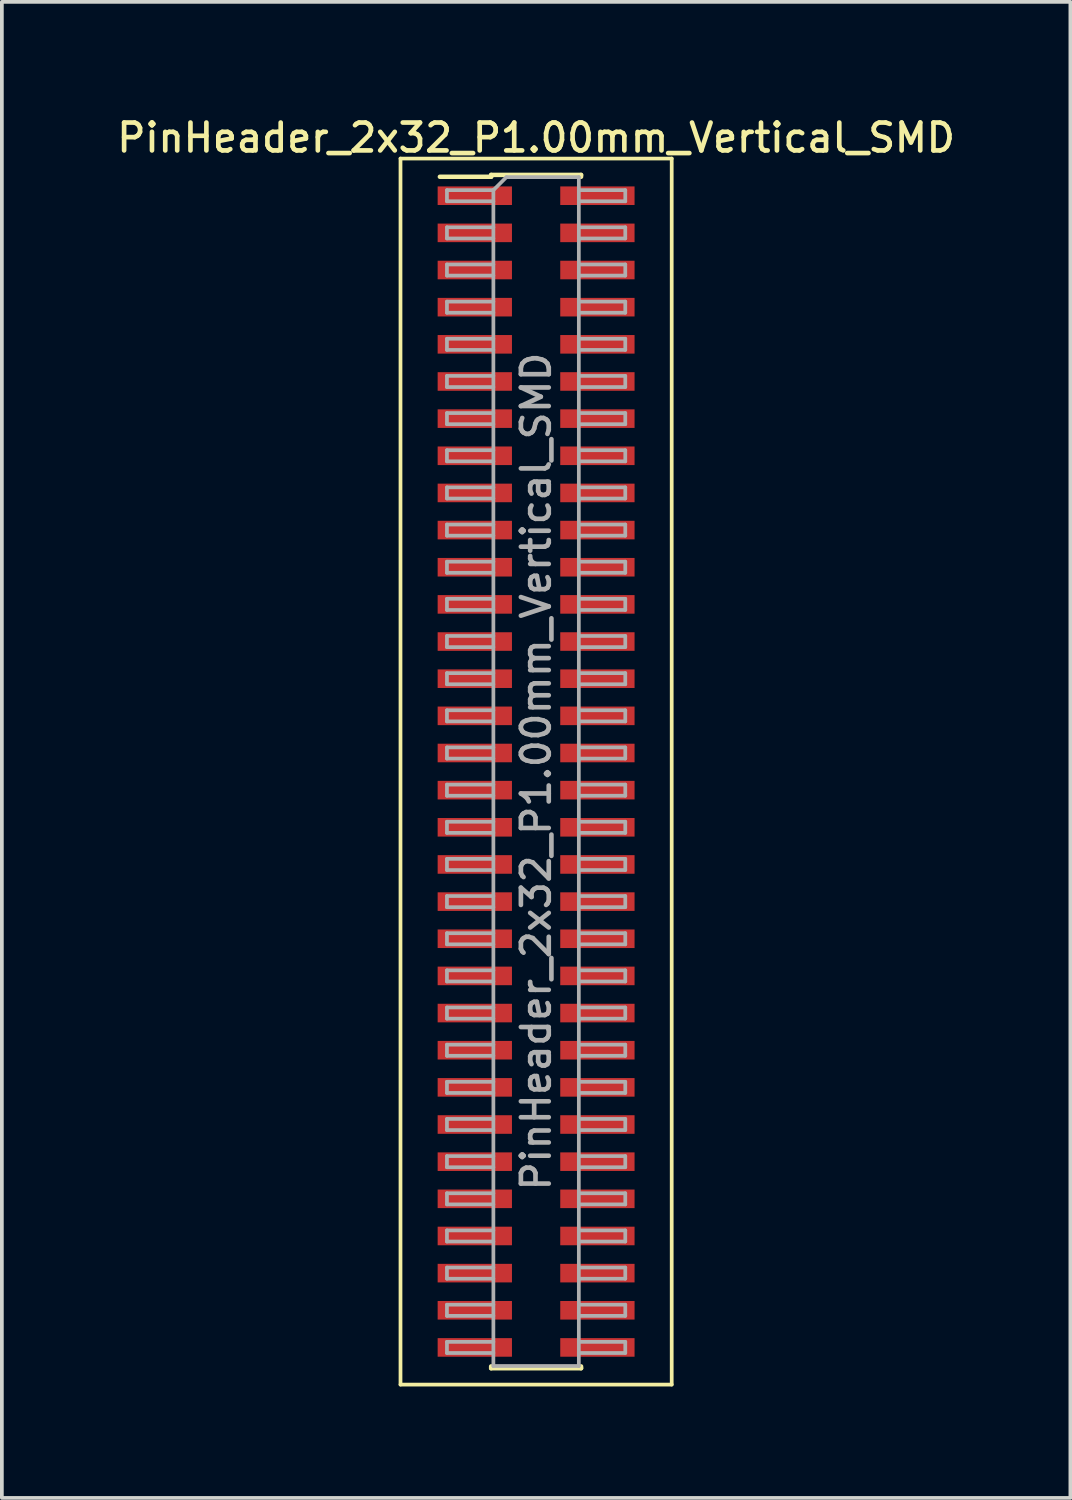
<source format=kicad_pcb>
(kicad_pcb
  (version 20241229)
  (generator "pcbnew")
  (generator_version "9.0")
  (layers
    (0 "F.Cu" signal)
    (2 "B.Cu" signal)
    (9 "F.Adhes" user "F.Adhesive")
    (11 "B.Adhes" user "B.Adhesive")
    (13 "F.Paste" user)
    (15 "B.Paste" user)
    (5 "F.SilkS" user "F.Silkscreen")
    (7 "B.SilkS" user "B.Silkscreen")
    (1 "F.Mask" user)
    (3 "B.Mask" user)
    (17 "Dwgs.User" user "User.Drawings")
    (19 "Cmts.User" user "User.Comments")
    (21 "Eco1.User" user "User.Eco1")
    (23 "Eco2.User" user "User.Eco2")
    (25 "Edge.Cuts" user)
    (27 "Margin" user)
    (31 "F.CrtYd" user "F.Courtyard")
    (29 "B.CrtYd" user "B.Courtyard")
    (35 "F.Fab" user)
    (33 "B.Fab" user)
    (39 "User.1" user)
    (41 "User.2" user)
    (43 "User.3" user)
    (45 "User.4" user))
  (footprint "PinHeader_2x32_P1.00mm_Vertical_SMD"
    (layer "F.Cu")
    (at 11.38 17.718)
    (property "Reference" "PinHeader_2x32_P1.00mm_Vertical_SMD" (at 0 -17.06 0) (layer "F.SilkS") (effects (font (size 0.75 0.75) (thickness 0.125))))
    (attr smd)
    (fp_line (start -3.65 -16.5) (end -3.65 16.5) (stroke (width 0.1) (type solid)) (layer "F.SilkS"))
    (fp_line (start -3.65 16.5) (end 3.65 16.5) (stroke (width 0.1) (type solid)) (layer "F.SilkS"))
    (fp_line (start -2.59 -16.01) (end -1.21 -16.01) (stroke (width 0.12) (type solid)) (layer "F.SilkS"))
    (fp_line (start -1.21 -16.06) (end -1.21 -16.01) (stroke (width 0.12) (type solid)) (layer "F.SilkS"))
    (fp_line (start -1.21 -16.06) (end 1.21 -16.06) (stroke (width 0.12) (type solid)) (layer "F.SilkS"))
    (fp_line (start -1.21 16.01) (end -1.21 16.06) (stroke (width 0.12) (type solid)) (layer "F.SilkS"))
    (fp_line (start -1.21 16.06) (end 1.21 16.06) (stroke (width 0.12) (type solid)) (layer "F.SilkS"))
    (fp_line (start 1.21 -16.06) (end 1.21 -16.01) (stroke (width 0.12) (type solid)) (layer "F.SilkS"))
    (fp_line (start 1.21 16.01) (end 1.21 16.06) (stroke (width 0.12) (type solid)) (layer "F.SilkS"))
    (fp_line (start 3.65 -16.5) (end -3.65 -16.5) (stroke (width 0.1) (type solid)) (layer "F.SilkS"))
    (fp_line (start 3.65 16.5) (end 3.65 -16.5) (stroke (width 0.1) (type solid)) (layer "F.SilkS"))
    (fp_line (start -2.4 -15.65) (end -2.4 -15.35) (stroke (width 0.1) (type solid)) (layer "F.Fab"))
    (fp_line (start -2.4 -15.35) (end -1.15 -15.35) (stroke (width 0.1) (type solid)) (layer "F.Fab"))
    (fp_line (start -2.4 -14.65) (end -2.4 -14.35) (stroke (width 0.1) (type solid)) (layer "F.Fab"))
    (fp_line (start -2.4 -14.35) (end -1.15 -14.35) (stroke (width 0.1) (type solid)) (layer "F.Fab"))
    (fp_line (start -2.4 -13.65) (end -2.4 -13.35) (stroke (width 0.1) (type solid)) (layer "F.Fab"))
    (fp_line (start -2.4 -13.35) (end -1.15 -13.35) (stroke (width 0.1) (type solid)) (layer "F.Fab"))
    (fp_line (start -2.4 -12.65) (end -2.4 -12.35) (stroke (width 0.1) (type solid)) (layer "F.Fab"))
    (fp_line (start -2.4 -12.35) (end -1.15 -12.35) (stroke (width 0.1) (type solid)) (layer "F.Fab"))
    (fp_line (start -2.4 -11.65) (end -2.4 -11.35) (stroke (width 0.1) (type solid)) (layer "F.Fab"))
    (fp_line (start -2.4 -11.35) (end -1.15 -11.35) (stroke (width 0.1) (type solid)) (layer "F.Fab"))
    (fp_line (start -2.4 -10.65) (end -2.4 -10.35) (stroke (width 0.1) (type solid)) (layer "F.Fab"))
    (fp_line (start -2.4 -10.35) (end -1.15 -10.35) (stroke (width 0.1) (type solid)) (layer "F.Fab"))
    (fp_line (start -2.4 -9.65) (end -2.4 -9.35) (stroke (width 0.1) (type solid)) (layer "F.Fab"))
    (fp_line (start -2.4 -9.35) (end -1.15 -9.35) (stroke (width 0.1) (type solid)) (layer "F.Fab"))
    (fp_line (start -2.4 -8.65) (end -2.4 -8.35) (stroke (width 0.1) (type solid)) (layer "F.Fab"))
    (fp_line (start -2.4 -8.35) (end -1.15 -8.35) (stroke (width 0.1) (type solid)) (layer "F.Fab"))
    (fp_line (start -2.4 -7.65) (end -2.4 -7.35) (stroke (width 0.1) (type solid)) (layer "F.Fab"))
    (fp_line (start -2.4 -7.35) (end -1.15 -7.35) (stroke (width 0.1) (type solid)) (layer "F.Fab"))
    (fp_line (start -2.4 -6.65) (end -2.4 -6.35) (stroke (width 0.1) (type solid)) (layer "F.Fab"))
    (fp_line (start -2.4 -6.35) (end -1.15 -6.35) (stroke (width 0.1) (type solid)) (layer "F.Fab"))
    (fp_line (start -2.4 -5.65) (end -2.4 -5.35) (stroke (width 0.1) (type solid)) (layer "F.Fab"))
    (fp_line (start -2.4 -5.35) (end -1.15 -5.35) (stroke (width 0.1) (type solid)) (layer "F.Fab"))
    (fp_line (start -2.4 -4.65) (end -2.4 -4.35) (stroke (width 0.1) (type solid)) (layer "F.Fab"))
    (fp_line (start -2.4 -4.35) (end -1.15 -4.35) (stroke (width 0.1) (type solid)) (layer "F.Fab"))
    (fp_line (start -2.4 -3.65) (end -2.4 -3.35) (stroke (width 0.1) (type solid)) (layer "F.Fab"))
    (fp_line (start -2.4 -3.35) (end -1.15 -3.35) (stroke (width 0.1) (type solid)) (layer "F.Fab"))
    (fp_line (start -2.4 -2.65) (end -2.4 -2.35) (stroke (width 0.1) (type solid)) (layer "F.Fab"))
    (fp_line (start -2.4 -2.35) (end -1.15 -2.35) (stroke (width 0.1) (type solid)) (layer "F.Fab"))
    (fp_line (start -2.4 -1.65) (end -2.4 -1.35) (stroke (width 0.1) (type solid)) (layer "F.Fab"))
    (fp_line (start -2.4 -1.35) (end -1.15 -1.35) (stroke (width 0.1) (type solid)) (layer "F.Fab"))
    (fp_line (start -2.4 -0.65) (end -2.4 -0.35) (stroke (width 0.1) (type solid)) (layer "F.Fab"))
    (fp_line (start -2.4 -0.35) (end -1.15 -0.35) (stroke (width 0.1) (type solid)) (layer "F.Fab"))
    (fp_line (start -2.4 0.35) (end -2.4 0.65) (stroke (width 0.1) (type solid)) (layer "F.Fab"))
    (fp_line (start -2.4 0.65) (end -1.15 0.65) (stroke (width 0.1) (type solid)) (layer "F.Fab"))
    (fp_line (start -2.4 1.35) (end -2.4 1.65) (stroke (width 0.1) (type solid)) (layer "F.Fab"))
    (fp_line (start -2.4 1.65) (end -1.15 1.65) (stroke (width 0.1) (type solid)) (layer "F.Fab"))
    (fp_line (start -2.4 2.35) (end -2.4 2.65) (stroke (width 0.1) (type solid)) (layer "F.Fab"))
    (fp_line (start -2.4 2.65) (end -1.15 2.65) (stroke (width 0.1) (type solid)) (layer "F.Fab"))
    (fp_line (start -2.4 3.35) (end -2.4 3.65) (stroke (width 0.1) (type solid)) (layer "F.Fab"))
    (fp_line (start -2.4 3.65) (end -1.15 3.65) (stroke (width 0.1) (type solid)) (layer "F.Fab"))
    (fp_line (start -2.4 4.35) (end -2.4 4.65) (stroke (width 0.1) (type solid)) (layer "F.Fab"))
    (fp_line (start -2.4 4.65) (end -1.15 4.65) (stroke (width 0.1) (type solid)) (layer "F.Fab"))
    (fp_line (start -2.4 5.35) (end -2.4 5.65) (stroke (width 0.1) (type solid)) (layer "F.Fab"))
    (fp_line (start -2.4 5.65) (end -1.15 5.65) (stroke (width 0.1) (type solid)) (layer "F.Fab"))
    (fp_line (start -2.4 6.35) (end -2.4 6.65) (stroke (width 0.1) (type solid)) (layer "F.Fab"))
    (fp_line (start -2.4 6.65) (end -1.15 6.65) (stroke (width 0.1) (type solid)) (layer "F.Fab"))
    (fp_line (start -2.4 7.35) (end -2.4 7.65) (stroke (width 0.1) (type solid)) (layer "F.Fab"))
    (fp_line (start -2.4 7.65) (end -1.15 7.65) (stroke (width 0.1) (type solid)) (layer "F.Fab"))
    (fp_line (start -2.4 8.35) (end -2.4 8.65) (stroke (width 0.1) (type solid)) (layer "F.Fab"))
    (fp_line (start -2.4 8.65) (end -1.15 8.65) (stroke (width 0.1) (type solid)) (layer "F.Fab"))
    (fp_line (start -2.4 9.35) (end -2.4 9.65) (stroke (width 0.1) (type solid)) (layer "F.Fab"))
    (fp_line (start -2.4 9.65) (end -1.15 9.65) (stroke (width 0.1) (type solid)) (layer "F.Fab"))
    (fp_line (start -2.4 10.35) (end -2.4 10.65) (stroke (width 0.1) (type solid)) (layer "F.Fab"))
    (fp_line (start -2.4 10.65) (end -1.15 10.65) (stroke (width 0.1) (type solid)) (layer "F.Fab"))
    (fp_line (start -2.4 11.35) (end -2.4 11.65) (stroke (width 0.1) (type solid)) (layer "F.Fab"))
    (fp_line (start -2.4 11.65) (end -1.15 11.65) (stroke (width 0.1) (type solid)) (layer "F.Fab"))
    (fp_line (start -2.4 12.35) (end -2.4 12.65) (stroke (width 0.1) (type solid)) (layer "F.Fab"))
    (fp_line (start -2.4 12.65) (end -1.15 12.65) (stroke (width 0.1) (type solid)) (layer "F.Fab"))
    (fp_line (start -2.4 13.35) (end -2.4 13.65) (stroke (width 0.1) (type solid)) (layer "F.Fab"))
    (fp_line (start -2.4 13.65) (end -1.15 13.65) (stroke (width 0.1) (type solid)) (layer "F.Fab"))
    (fp_line (start -2.4 14.35) (end -2.4 14.65) (stroke (width 0.1) (type solid)) (layer "F.Fab"))
    (fp_line (start -2.4 14.65) (end -1.15 14.65) (stroke (width 0.1) (type solid)) (layer "F.Fab"))
    (fp_line (start -2.4 15.35) (end -2.4 15.65) (stroke (width 0.1) (type solid)) (layer "F.Fab"))
    (fp_line (start -2.4 15.65) (end -1.15 15.65) (stroke (width 0.1) (type solid)) (layer "F.Fab"))
    (fp_line (start -1.15 -15.65) (end -2.4 -15.65) (stroke (width 0.1) (type solid)) (layer "F.Fab"))
    (fp_line (start -1.15 -15.65) (end -0.8 -16) (stroke (width 0.1) (type solid)) (layer "F.Fab"))
    (fp_line (start -1.15 -14.65) (end -2.4 -14.65) (stroke (width 0.1) (type solid)) (layer "F.Fab"))
    (fp_line (start -1.15 -13.65) (end -2.4 -13.65) (stroke (width 0.1) (type solid)) (layer "F.Fab"))
    (fp_line (start -1.15 -12.65) (end -2.4 -12.65) (stroke (width 0.1) (type solid)) (layer "F.Fab"))
    (fp_line (start -1.15 -11.65) (end -2.4 -11.65) (stroke (width 0.1) (type solid)) (layer "F.Fab"))
    (fp_line (start -1.15 -10.65) (end -2.4 -10.65) (stroke (width 0.1) (type solid)) (layer "F.Fab"))
    (fp_line (start -1.15 -9.65) (end -2.4 -9.65) (stroke (width 0.1) (type solid)) (layer "F.Fab"))
    (fp_line (start -1.15 -8.65) (end -2.4 -8.65) (stroke (width 0.1) (type solid)) (layer "F.Fab"))
    (fp_line (start -1.15 -7.65) (end -2.4 -7.65) (stroke (width 0.1) (type solid)) (layer "F.Fab"))
    (fp_line (start -1.15 -6.65) (end -2.4 -6.65) (stroke (width 0.1) (type solid)) (layer "F.Fab"))
    (fp_line (start -1.15 -5.65) (end -2.4 -5.65) (stroke (width 0.1) (type solid)) (layer "F.Fab"))
    (fp_line (start -1.15 -4.65) (end -2.4 -4.65) (stroke (width 0.1) (type solid)) (layer "F.Fab"))
    (fp_line (start -1.15 -3.65) (end -2.4 -3.65) (stroke (width 0.1) (type solid)) (layer "F.Fab"))
    (fp_line (start -1.15 -2.65) (end -2.4 -2.65) (stroke (width 0.1) (type solid)) (layer "F.Fab"))
    (fp_line (start -1.15 -1.65) (end -2.4 -1.65) (stroke (width 0.1) (type solid)) (layer "F.Fab"))
    (fp_line (start -1.15 -0.65) (end -2.4 -0.65) (stroke (width 0.1) (type solid)) (layer "F.Fab"))
    (fp_line (start -1.15 0.35) (end -2.4 0.35) (stroke (width 0.1) (type solid)) (layer "F.Fab"))
    (fp_line (start -1.15 1.35) (end -2.4 1.35) (stroke (width 0.1) (type solid)) (layer "F.Fab"))
    (fp_line (start -1.15 2.35) (end -2.4 2.35) (stroke (width 0.1) (type solid)) (layer "F.Fab"))
    (fp_line (start -1.15 3.35) (end -2.4 3.35) (stroke (width 0.1) (type solid)) (layer "F.Fab"))
    (fp_line (start -1.15 4.35) (end -2.4 4.35) (stroke (width 0.1) (type solid)) (layer "F.Fab"))
    (fp_line (start -1.15 5.35) (end -2.4 5.35) (stroke (width 0.1) (type solid)) (layer "F.Fab"))
    (fp_line (start -1.15 6.35) (end -2.4 6.35) (stroke (width 0.1) (type solid)) (layer "F.Fab"))
    (fp_line (start -1.15 7.35) (end -2.4 7.35) (stroke (width 0.1) (type solid)) (layer "F.Fab"))
    (fp_line (start -1.15 8.35) (end -2.4 8.35) (stroke (width 0.1) (type solid)) (layer "F.Fab"))
    (fp_line (start -1.15 9.35) (end -2.4 9.35) (stroke (width 0.1) (type solid)) (layer "F.Fab"))
    (fp_line (start -1.15 10.35) (end -2.4 10.35) (stroke (width 0.1) (type solid)) (layer "F.Fab"))
    (fp_line (start -1.15 11.35) (end -2.4 11.35) (stroke (width 0.1) (type solid)) (layer "F.Fab"))
    (fp_line (start -1.15 12.35) (end -2.4 12.35) (stroke (width 0.1) (type solid)) (layer "F.Fab"))
    (fp_line (start -1.15 13.35) (end -2.4 13.35) (stroke (width 0.1) (type solid)) (layer "F.Fab"))
    (fp_line (start -1.15 14.35) (end -2.4 14.35) (stroke (width 0.1) (type solid)) (layer "F.Fab"))
    (fp_line (start -1.15 15.35) (end -2.4 15.35) (stroke (width 0.1) (type solid)) (layer "F.Fab"))
    (fp_line (start -1.15 16) (end -1.15 -15.65) (stroke (width 0.1) (type solid)) (layer "F.Fab"))
    (fp_line (start -0.8 -16) (end 1.15 -16) (stroke (width 0.1) (type solid)) (layer "F.Fab"))
    (fp_line (start 1.15 -16) (end 1.15 16) (stroke (width 0.1) (type solid)) (layer "F.Fab"))
    (fp_line (start 1.15 -15.65) (end 2.4 -15.65) (stroke (width 0.1) (type solid)) (layer "F.Fab"))
    (fp_line (start 1.15 -14.65) (end 2.4 -14.65) (stroke (width 0.1) (type solid)) (layer "F.Fab"))
    (fp_line (start 1.15 -13.65) (end 2.4 -13.65) (stroke (width 0.1) (type solid)) (layer "F.Fab"))
    (fp_line (start 1.15 -12.65) (end 2.4 -12.65) (stroke (width 0.1) (type solid)) (layer "F.Fab"))
    (fp_line (start 1.15 -11.65) (end 2.4 -11.65) (stroke (width 0.1) (type solid)) (layer "F.Fab"))
    (fp_line (start 1.15 -10.65) (end 2.4 -10.65) (stroke (width 0.1) (type solid)) (layer "F.Fab"))
    (fp_line (start 1.15 -9.65) (end 2.4 -9.65) (stroke (width 0.1) (type solid)) (layer "F.Fab"))
    (fp_line (start 1.15 -8.65) (end 2.4 -8.65) (stroke (width 0.1) (type solid)) (layer "F.Fab"))
    (fp_line (start 1.15 -7.65) (end 2.4 -7.65) (stroke (width 0.1) (type solid)) (layer "F.Fab"))
    (fp_line (start 1.15 -6.65) (end 2.4 -6.65) (stroke (width 0.1) (type solid)) (layer "F.Fab"))
    (fp_line (start 1.15 -5.65) (end 2.4 -5.65) (stroke (width 0.1) (type solid)) (layer "F.Fab"))
    (fp_line (start 1.15 -4.65) (end 2.4 -4.65) (stroke (width 0.1) (type solid)) (layer "F.Fab"))
    (fp_line (start 1.15 -3.65) (end 2.4 -3.65) (stroke (width 0.1) (type solid)) (layer "F.Fab"))
    (fp_line (start 1.15 -2.65) (end 2.4 -2.65) (stroke (width 0.1) (type solid)) (layer "F.Fab"))
    (fp_line (start 1.15 -1.65) (end 2.4 -1.65) (stroke (width 0.1) (type solid)) (layer "F.Fab"))
    (fp_line (start 1.15 -0.65) (end 2.4 -0.65) (stroke (width 0.1) (type solid)) (layer "F.Fab"))
    (fp_line (start 1.15 0.35) (end 2.4 0.35) (stroke (width 0.1) (type solid)) (layer "F.Fab"))
    (fp_line (start 1.15 1.35) (end 2.4 1.35) (stroke (width 0.1) (type solid)) (layer "F.Fab"))
    (fp_line (start 1.15 2.35) (end 2.4 2.35) (stroke (width 0.1) (type solid)) (layer "F.Fab"))
    (fp_line (start 1.15 3.35) (end 2.4 3.35) (stroke (width 0.1) (type solid)) (layer "F.Fab"))
    (fp_line (start 1.15 4.35) (end 2.4 4.35) (stroke (width 0.1) (type solid)) (layer "F.Fab"))
    (fp_line (start 1.15 5.35) (end 2.4 5.35) (stroke (width 0.1) (type solid)) (layer "F.Fab"))
    (fp_line (start 1.15 6.35) (end 2.4 6.35) (stroke (width 0.1) (type solid)) (layer "F.Fab"))
    (fp_line (start 1.15 7.35) (end 2.4 7.35) (stroke (width 0.1) (type solid)) (layer "F.Fab"))
    (fp_line (start 1.15 8.35) (end 2.4 8.35) (stroke (width 0.1) (type solid)) (layer "F.Fab"))
    (fp_line (start 1.15 9.35) (end 2.4 9.35) (stroke (width 0.1) (type solid)) (layer "F.Fab"))
    (fp_line (start 1.15 10.35) (end 2.4 10.35) (stroke (width 0.1) (type solid)) (layer "F.Fab"))
    (fp_line (start 1.15 11.35) (end 2.4 11.35) (stroke (width 0.1) (type solid)) (layer "F.Fab"))
    (fp_line (start 1.15 12.35) (end 2.4 12.35) (stroke (width 0.1) (type solid)) (layer "F.Fab"))
    (fp_line (start 1.15 13.35) (end 2.4 13.35) (stroke (width 0.1) (type solid)) (layer "F.Fab"))
    (fp_line (start 1.15 14.35) (end 2.4 14.35) (stroke (width 0.1) (type solid)) (layer "F.Fab"))
    (fp_line (start 1.15 15.35) (end 2.4 15.35) (stroke (width 0.1) (type solid)) (layer "F.Fab"))
    (fp_line (start 1.15 16) (end -1.15 16) (stroke (width 0.1) (type solid)) (layer "F.Fab"))
    (fp_line (start 2.4 -15.65) (end 2.4 -15.35) (stroke (width 0.1) (type solid)) (layer "F.Fab"))
    (fp_line (start 2.4 -15.35) (end 1.15 -15.35) (stroke (width 0.1) (type solid)) (layer "F.Fab"))
    (fp_line (start 2.4 -14.65) (end 2.4 -14.35) (stroke (width 0.1) (type solid)) (layer "F.Fab"))
    (fp_line (start 2.4 -14.35) (end 1.15 -14.35) (stroke (width 0.1) (type solid)) (layer "F.Fab"))
    (fp_line (start 2.4 -13.65) (end 2.4 -13.35) (stroke (width 0.1) (type solid)) (layer "F.Fab"))
    (fp_line (start 2.4 -13.35) (end 1.15 -13.35) (stroke (width 0.1) (type solid)) (layer "F.Fab"))
    (fp_line (start 2.4 -12.65) (end 2.4 -12.35) (stroke (width 0.1) (type solid)) (layer "F.Fab"))
    (fp_line (start 2.4 -12.35) (end 1.15 -12.35) (stroke (width 0.1) (type solid)) (layer "F.Fab"))
    (fp_line (start 2.4 -11.65) (end 2.4 -11.35) (stroke (width 0.1) (type solid)) (layer "F.Fab"))
    (fp_line (start 2.4 -11.35) (end 1.15 -11.35) (stroke (width 0.1) (type solid)) (layer "F.Fab"))
    (fp_line (start 2.4 -10.65) (end 2.4 -10.35) (stroke (width 0.1) (type solid)) (layer "F.Fab"))
    (fp_line (start 2.4 -10.35) (end 1.15 -10.35) (stroke (width 0.1) (type solid)) (layer "F.Fab"))
    (fp_line (start 2.4 -9.65) (end 2.4 -9.35) (stroke (width 0.1) (type solid)) (layer "F.Fab"))
    (fp_line (start 2.4 -9.35) (end 1.15 -9.35) (stroke (width 0.1) (type solid)) (layer "F.Fab"))
    (fp_line (start 2.4 -8.65) (end 2.4 -8.35) (stroke (width 0.1) (type solid)) (layer "F.Fab"))
    (fp_line (start 2.4 -8.35) (end 1.15 -8.35) (stroke (width 0.1) (type solid)) (layer "F.Fab"))
    (fp_line (start 2.4 -7.65) (end 2.4 -7.35) (stroke (width 0.1) (type solid)) (layer "F.Fab"))
    (fp_line (start 2.4 -7.35) (end 1.15 -7.35) (stroke (width 0.1) (type solid)) (layer "F.Fab"))
    (fp_line (start 2.4 -6.65) (end 2.4 -6.35) (stroke (width 0.1) (type solid)) (layer "F.Fab"))
    (fp_line (start 2.4 -6.35) (end 1.15 -6.35) (stroke (width 0.1) (type solid)) (layer "F.Fab"))
    (fp_line (start 2.4 -5.65) (end 2.4 -5.35) (stroke (width 0.1) (type solid)) (layer "F.Fab"))
    (fp_line (start 2.4 -5.35) (end 1.15 -5.35) (stroke (width 0.1) (type solid)) (layer "F.Fab"))
    (fp_line (start 2.4 -4.65) (end 2.4 -4.35) (stroke (width 0.1) (type solid)) (layer "F.Fab"))
    (fp_line (start 2.4 -4.35) (end 1.15 -4.35) (stroke (width 0.1) (type solid)) (layer "F.Fab"))
    (fp_line (start 2.4 -3.65) (end 2.4 -3.35) (stroke (width 0.1) (type solid)) (layer "F.Fab"))
    (fp_line (start 2.4 -3.35) (end 1.15 -3.35) (stroke (width 0.1) (type solid)) (layer "F.Fab"))
    (fp_line (start 2.4 -2.65) (end 2.4 -2.35) (stroke (width 0.1) (type solid)) (layer "F.Fab"))
    (fp_line (start 2.4 -2.35) (end 1.15 -2.35) (stroke (width 0.1) (type solid)) (layer "F.Fab"))
    (fp_line (start 2.4 -1.65) (end 2.4 -1.35) (stroke (width 0.1) (type solid)) (layer "F.Fab"))
    (fp_line (start 2.4 -1.35) (end 1.15 -1.35) (stroke (width 0.1) (type solid)) (layer "F.Fab"))
    (fp_line (start 2.4 -0.65) (end 2.4 -0.35) (stroke (width 0.1) (type solid)) (layer "F.Fab"))
    (fp_line (start 2.4 -0.35) (end 1.15 -0.35) (stroke (width 0.1) (type solid)) (layer "F.Fab"))
    (fp_line (start 2.4 0.35) (end 2.4 0.65) (stroke (width 0.1) (type solid)) (layer "F.Fab"))
    (fp_line (start 2.4 0.65) (end 1.15 0.65) (stroke (width 0.1) (type solid)) (layer "F.Fab"))
    (fp_line (start 2.4 1.35) (end 2.4 1.65) (stroke (width 0.1) (type solid)) (layer "F.Fab"))
    (fp_line (start 2.4 1.65) (end 1.15 1.65) (stroke (width 0.1) (type solid)) (layer "F.Fab"))
    (fp_line (start 2.4 2.35) (end 2.4 2.65) (stroke (width 0.1) (type solid)) (layer "F.Fab"))
    (fp_line (start 2.4 2.65) (end 1.15 2.65) (stroke (width 0.1) (type solid)) (layer "F.Fab"))
    (fp_line (start 2.4 3.35) (end 2.4 3.65) (stroke (width 0.1) (type solid)) (layer "F.Fab"))
    (fp_line (start 2.4 3.65) (end 1.15 3.65) (stroke (width 0.1) (type solid)) (layer "F.Fab"))
    (fp_line (start 2.4 4.35) (end 2.4 4.65) (stroke (width 0.1) (type solid)) (layer "F.Fab"))
    (fp_line (start 2.4 4.65) (end 1.15 4.65) (stroke (width 0.1) (type solid)) (layer "F.Fab"))
    (fp_line (start 2.4 5.35) (end 2.4 5.65) (stroke (width 0.1) (type solid)) (layer "F.Fab"))
    (fp_line (start 2.4 5.65) (end 1.15 5.65) (stroke (width 0.1) (type solid)) (layer "F.Fab"))
    (fp_line (start 2.4 6.35) (end 2.4 6.65) (stroke (width 0.1) (type solid)) (layer "F.Fab"))
    (fp_line (start 2.4 6.65) (end 1.15 6.65) (stroke (width 0.1) (type solid)) (layer "F.Fab"))
    (fp_line (start 2.4 7.35) (end 2.4 7.65) (stroke (width 0.1) (type solid)) (layer "F.Fab"))
    (fp_line (start 2.4 7.65) (end 1.15 7.65) (stroke (width 0.1) (type solid)) (layer "F.Fab"))
    (fp_line (start 2.4 8.35) (end 2.4 8.65) (stroke (width 0.1) (type solid)) (layer "F.Fab"))
    (fp_line (start 2.4 8.65) (end 1.15 8.65) (stroke (width 0.1) (type solid)) (layer "F.Fab"))
    (fp_line (start 2.4 9.35) (end 2.4 9.65) (stroke (width 0.1) (type solid)) (layer "F.Fab"))
    (fp_line (start 2.4 9.65) (end 1.15 9.65) (stroke (width 0.1) (type solid)) (layer "F.Fab"))
    (fp_line (start 2.4 10.35) (end 2.4 10.65) (stroke (width 0.1) (type solid)) (layer "F.Fab"))
    (fp_line (start 2.4 10.65) (end 1.15 10.65) (stroke (width 0.1) (type solid)) (layer "F.Fab"))
    (fp_line (start 2.4 11.35) (end 2.4 11.65) (stroke (width 0.1) (type solid)) (layer "F.Fab"))
    (fp_line (start 2.4 11.65) (end 1.15 11.65) (stroke (width 0.1) (type solid)) (layer "F.Fab"))
    (fp_line (start 2.4 12.35) (end 2.4 12.65) (stroke (width 0.1) (type solid)) (layer "F.Fab"))
    (fp_line (start 2.4 12.65) (end 1.15 12.65) (stroke (width 0.1) (type solid)) (layer "F.Fab"))
    (fp_line (start 2.4 13.35) (end 2.4 13.65) (stroke (width 0.1) (type solid)) (layer "F.Fab"))
    (fp_line (start 2.4 13.65) (end 1.15 13.65) (stroke (width 0.1) (type solid)) (layer "F.Fab"))
    (fp_line (start 2.4 14.35) (end 2.4 14.65) (stroke (width 0.1) (type solid)) (layer "F.Fab"))
    (fp_line (start 2.4 14.65) (end 1.15 14.65) (stroke (width 0.1) (type solid)) (layer "F.Fab"))
    (fp_line (start 2.4 15.35) (end 2.4 15.65) (stroke (width 0.1) (type solid)) (layer "F.Fab"))
    (fp_line (start 2.4 15.65) (end 1.15 15.65) (stroke (width 0.1) (type solid)) (layer "F.Fab"))
    (fp_text user "${REFERENCE}" (at 0 0 90) (layer "F.Fab") (effects (font (size 0.75 0.75) (thickness 0.125))))
    (pad "1" smd rect (at -1.65 -15.5) (size 2 0.5) (layers "F.Cu" "F.Mask" "F.Paste"))
    (pad "2" smd rect (at 1.65 -15.5) (size 2 0.5) (layers "F.Cu" "F.Mask" "F.Paste"))
    (pad "3" smd rect (at -1.65 -14.5) (size 2 0.5) (layers "F.Cu" "F.Mask" "F.Paste"))
    (pad "4" smd rect (at 1.65 -14.5) (size 2 0.5) (layers "F.Cu" "F.Mask" "F.Paste"))
    (pad "5" smd rect (at -1.65 -13.5) (size 2 0.5) (layers "F.Cu" "F.Mask" "F.Paste"))
    (pad "6" smd rect (at 1.65 -13.5) (size 2 0.5) (layers "F.Cu" "F.Mask" "F.Paste"))
    (pad "7" smd rect (at -1.65 -12.5) (size 2 0.5) (layers "F.Cu" "F.Mask" "F.Paste"))
    (pad "8" smd rect (at 1.65 -12.5) (size 2 0.5) (layers "F.Cu" "F.Mask" "F.Paste"))
    (pad "9" smd rect (at -1.65 -11.5) (size 2 0.5) (layers "F.Cu" "F.Mask" "F.Paste"))
    (pad "10" smd rect (at 1.65 -11.5) (size 2 0.5) (layers "F.Cu" "F.Mask" "F.Paste"))
    (pad "11" smd rect (at -1.65 -10.5) (size 2 0.5) (layers "F.Cu" "F.Mask" "F.Paste"))
    (pad "12" smd rect (at 1.65 -10.5) (size 2 0.5) (layers "F.Cu" "F.Mask" "F.Paste"))
    (pad "13" smd rect (at -1.65 -9.5) (size 2 0.5) (layers "F.Cu" "F.Mask" "F.Paste"))
    (pad "14" smd rect (at 1.65 -9.5) (size 2 0.5) (layers "F.Cu" "F.Mask" "F.Paste"))
    (pad "15" smd rect (at -1.65 -8.5) (size 2 0.5) (layers "F.Cu" "F.Mask" "F.Paste"))
    (pad "16" smd rect (at 1.65 -8.5) (size 2 0.5) (layers "F.Cu" "F.Mask" "F.Paste"))
    (pad "17" smd rect (at -1.65 -7.5) (size 2 0.5) (layers "F.Cu" "F.Mask" "F.Paste"))
    (pad "18" smd rect (at 1.65 -7.5) (size 2 0.5) (layers "F.Cu" "F.Mask" "F.Paste"))
    (pad "19" smd rect (at -1.65 -6.5) (size 2 0.5) (layers "F.Cu" "F.Mask" "F.Paste"))
    (pad "20" smd rect (at 1.65 -6.5) (size 2 0.5) (layers "F.Cu" "F.Mask" "F.Paste"))
    (pad "21" smd rect (at -1.65 -5.5) (size 2 0.5) (layers "F.Cu" "F.Mask" "F.Paste"))
    (pad "22" smd rect (at 1.65 -5.5) (size 2 0.5) (layers "F.Cu" "F.Mask" "F.Paste"))
    (pad "23" smd rect (at -1.65 -4.5) (size 2 0.5) (layers "F.Cu" "F.Mask" "F.Paste"))
    (pad "24" smd rect (at 1.65 -4.5) (size 2 0.5) (layers "F.Cu" "F.Mask" "F.Paste"))
    (pad "25" smd rect (at -1.65 -3.5) (size 2 0.5) (layers "F.Cu" "F.Mask" "F.Paste"))
    (pad "26" smd rect (at 1.65 -3.5) (size 2 0.5) (layers "F.Cu" "F.Mask" "F.Paste"))
    (pad "27" smd rect (at -1.65 -2.5) (size 2 0.5) (layers "F.Cu" "F.Mask" "F.Paste"))
    (pad "28" smd rect (at 1.65 -2.5) (size 2 0.5) (layers "F.Cu" "F.Mask" "F.Paste"))
    (pad "29" smd rect (at -1.65 -1.5) (size 2 0.5) (layers "F.Cu" "F.Mask" "F.Paste"))
    (pad "30" smd rect (at 1.65 -1.5) (size 2 0.5) (layers "F.Cu" "F.Mask" "F.Paste"))
    (pad "31" smd rect (at -1.65 -0.5) (size 2 0.5) (layers "F.Cu" "F.Mask" "F.Paste"))
    (pad "32" smd rect (at 1.65 -0.5) (size 2 0.5) (layers "F.Cu" "F.Mask" "F.Paste"))
    (pad "33" smd rect (at -1.65 0.5) (size 2 0.5) (layers "F.Cu" "F.Mask" "F.Paste"))
    (pad "34" smd rect (at 1.65 0.5) (size 2 0.5) (layers "F.Cu" "F.Mask" "F.Paste"))
    (pad "35" smd rect (at -1.65 1.5) (size 2 0.5) (layers "F.Cu" "F.Mask" "F.Paste"))
    (pad "36" smd rect (at 1.65 1.5) (size 2 0.5) (layers "F.Cu" "F.Mask" "F.Paste"))
    (pad "37" smd rect (at -1.65 2.5) (size 2 0.5) (layers "F.Cu" "F.Mask" "F.Paste"))
    (pad "38" smd rect (at 1.65 2.5) (size 2 0.5) (layers "F.Cu" "F.Mask" "F.Paste"))
    (pad "39" smd rect (at -1.65 3.5) (size 2 0.5) (layers "F.Cu" "F.Mask" "F.Paste"))
    (pad "40" smd rect (at 1.65 3.5) (size 2 0.5) (layers "F.Cu" "F.Mask" "F.Paste"))
    (pad "41" smd rect (at -1.65 4.5) (size 2 0.5) (layers "F.Cu" "F.Mask" "F.Paste"))
    (pad "42" smd rect (at 1.65 4.5) (size 2 0.5) (layers "F.Cu" "F.Mask" "F.Paste"))
    (pad "43" smd rect (at -1.65 5.5) (size 2 0.5) (layers "F.Cu" "F.Mask" "F.Paste"))
    (pad "44" smd rect (at 1.65 5.5) (size 2 0.5) (layers "F.Cu" "F.Mask" "F.Paste"))
    (pad "45" smd rect (at -1.65 6.5) (size 2 0.5) (layers "F.Cu" "F.Mask" "F.Paste"))
    (pad "46" smd rect (at 1.65 6.5) (size 2 0.5) (layers "F.Cu" "F.Mask" "F.Paste"))
    (pad "47" smd rect (at -1.65 7.5) (size 2 0.5) (layers "F.Cu" "F.Mask" "F.Paste"))
    (pad "48" smd rect (at 1.65 7.5) (size 2 0.5) (layers "F.Cu" "F.Mask" "F.Paste"))
    (pad "49" smd rect (at -1.65 8.5) (size 2 0.5) (layers "F.Cu" "F.Mask" "F.Paste"))
    (pad "50" smd rect (at 1.65 8.5) (size 2 0.5) (layers "F.Cu" "F.Mask" "F.Paste"))
    (pad "51" smd rect (at -1.65 9.5) (size 2 0.5) (layers "F.Cu" "F.Mask" "F.Paste"))
    (pad "52" smd rect (at 1.65 9.5) (size 2 0.5) (layers "F.Cu" "F.Mask" "F.Paste"))
    (pad "53" smd rect (at -1.65 10.5) (size 2 0.5) (layers "F.Cu" "F.Mask" "F.Paste"))
    (pad "54" smd rect (at 1.65 10.5) (size 2 0.5) (layers "F.Cu" "F.Mask" "F.Paste"))
    (pad "55" smd rect (at -1.65 11.5) (size 2 0.5) (layers "F.Cu" "F.Mask" "F.Paste"))
    (pad "56" smd rect (at 1.65 11.5) (size 2 0.5) (layers "F.Cu" "F.Mask" "F.Paste"))
    (pad "57" smd rect (at -1.65 12.5) (size 2 0.5) (layers "F.Cu" "F.Mask" "F.Paste"))
    (pad "58" smd rect (at 1.65 12.5) (size 2 0.5) (layers "F.Cu" "F.Mask" "F.Paste"))
    (pad "59" smd rect (at -1.65 13.5) (size 2 0.5) (layers "F.Cu" "F.Mask" "F.Paste"))
    (pad "60" smd rect (at 1.65 13.5) (size 2 0.5) (layers "F.Cu" "F.Mask" "F.Paste"))
    (pad "61" smd rect (at -1.65 14.5) (size 2 0.5) (layers "F.Cu" "F.Mask" "F.Paste"))
    (pad "62" smd rect (at 1.65 14.5) (size 2 0.5) (layers "F.Cu" "F.Mask" "F.Paste"))
    (pad "63" smd rect (at -1.65 15.5) (size 2 0.5) (layers "F.Cu" "F.Mask" "F.Paste"))
    (pad "64" smd rect (at 1.65 15.5) (size 2 0.5) (layers "F.Cu" "F.Mask" "F.Paste")))
  (gr_rect
    (start -3 -3)
    (end 25.761 37.268)
    (stroke (width 0.1) (type default))
    (fill no)
    (layer "Edge.Cuts")))
</source>
